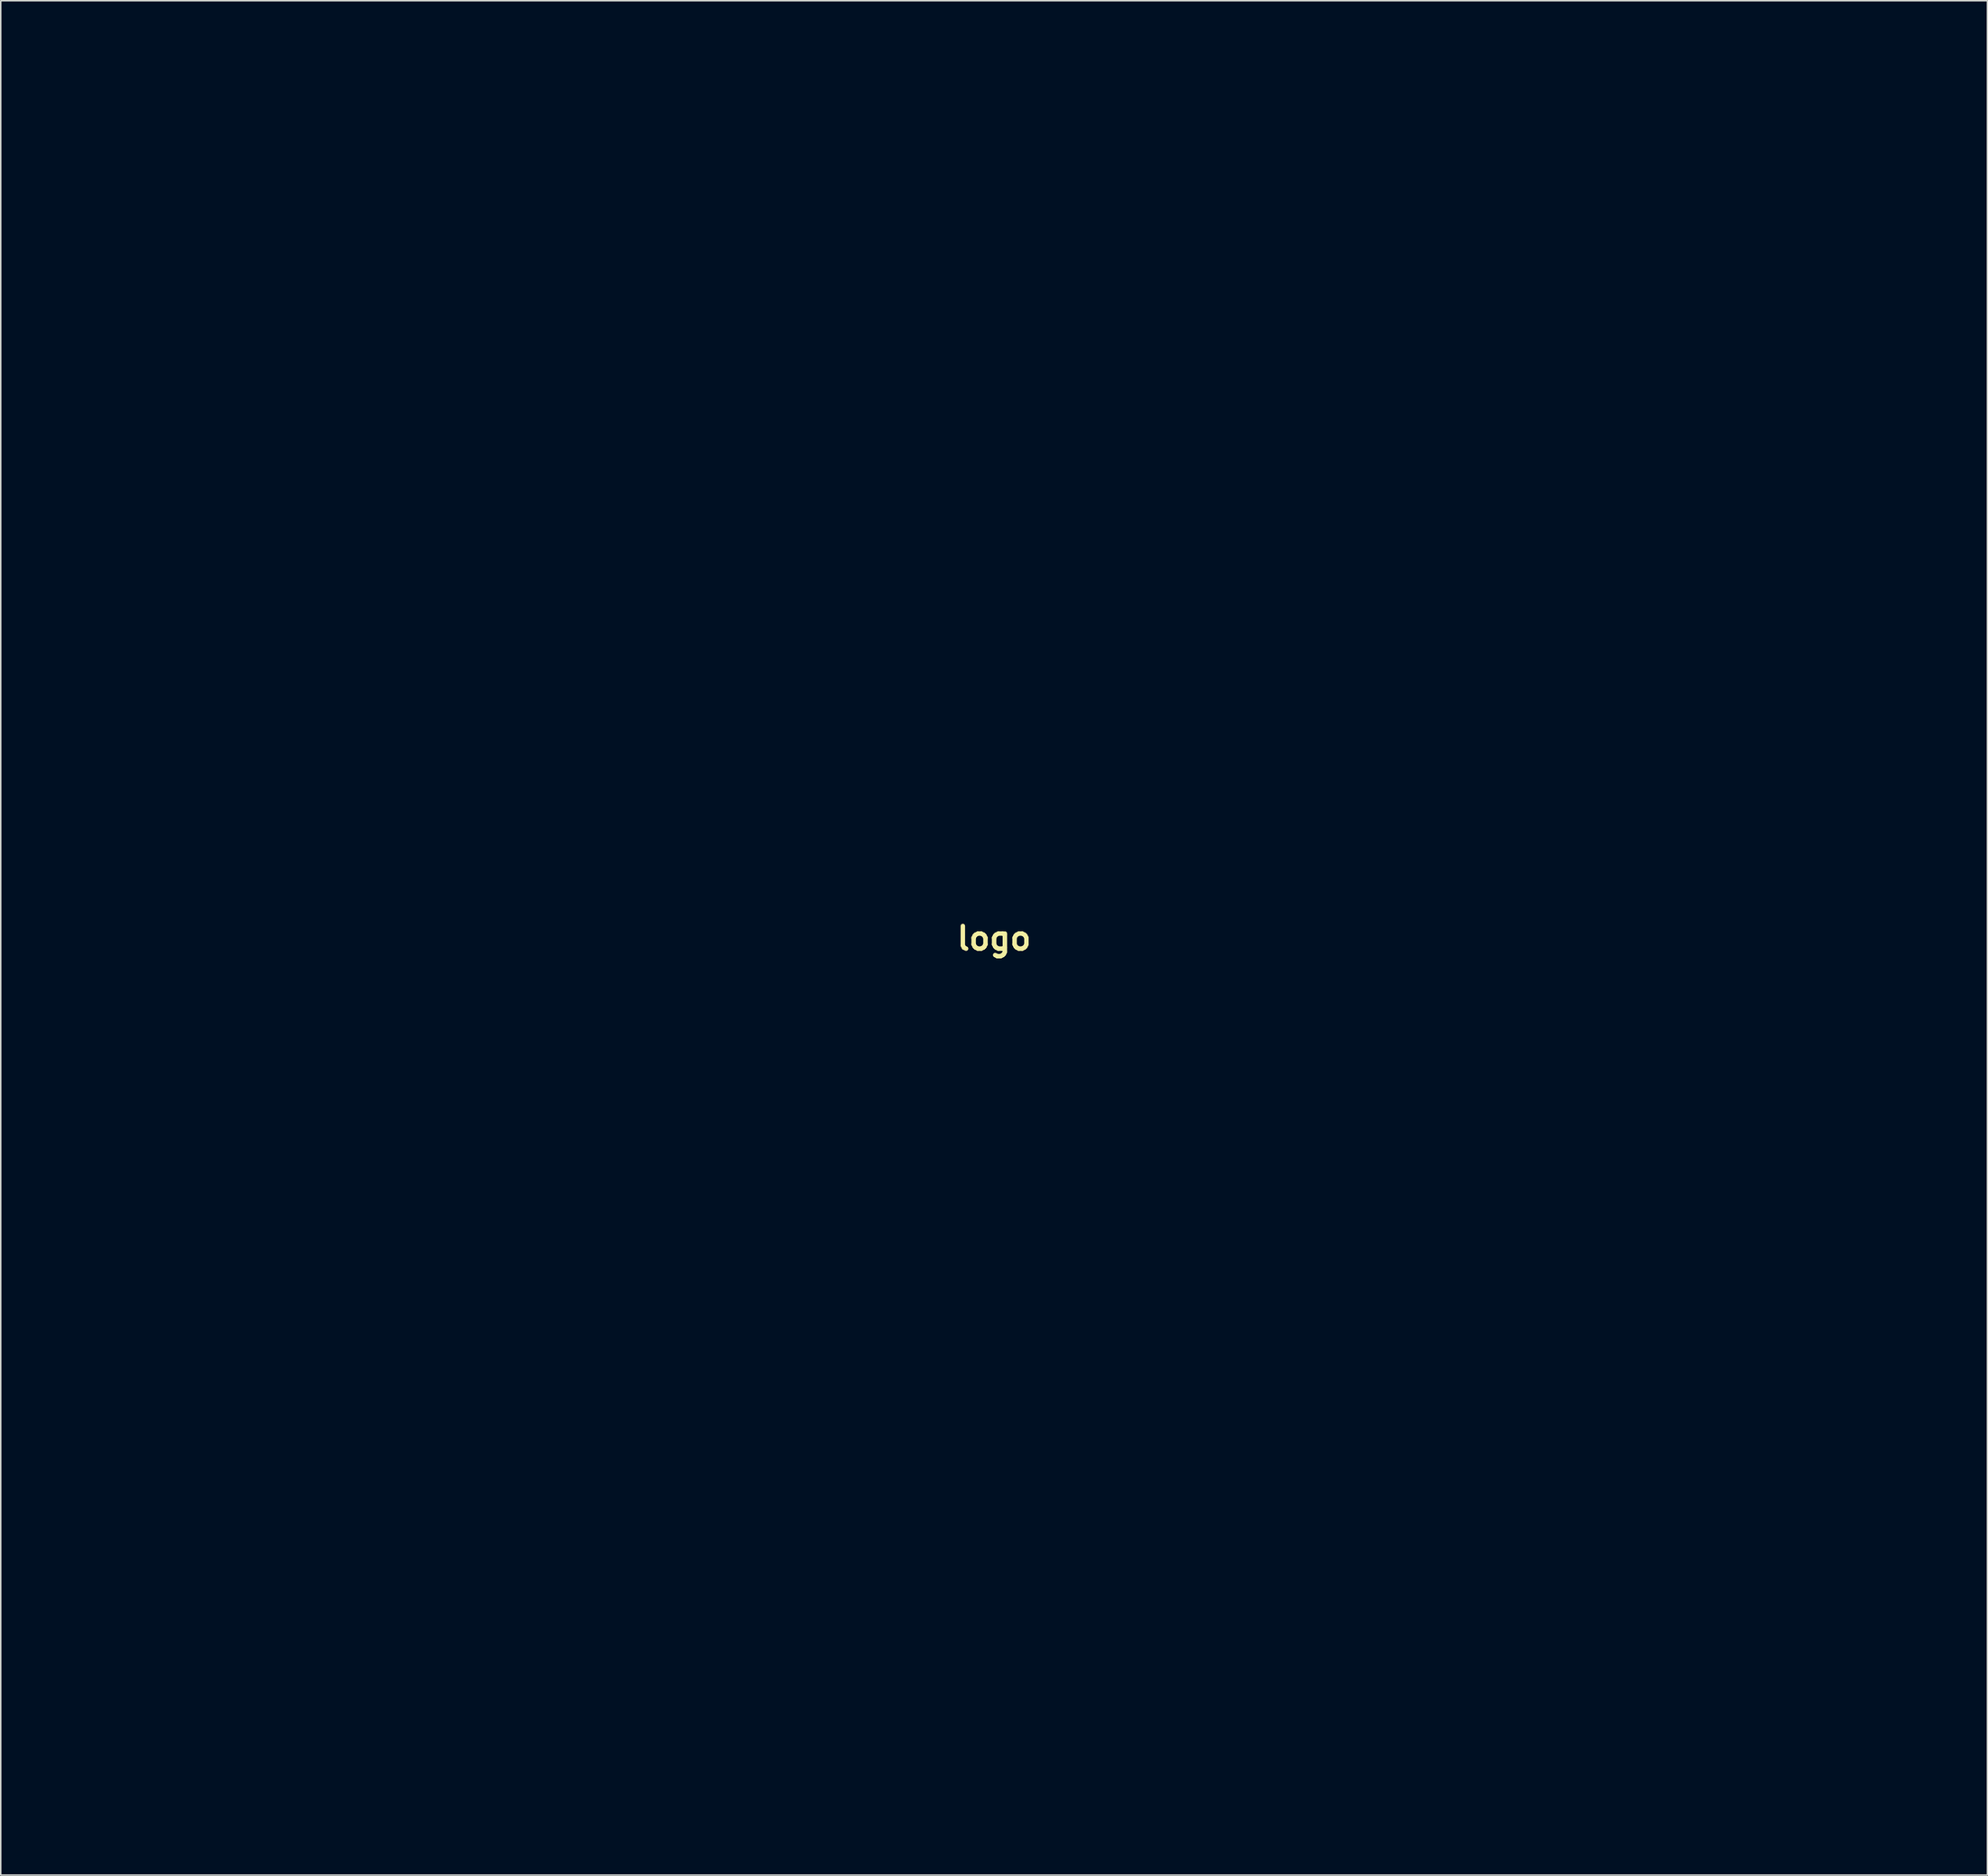
<source format=kicad_pcb>
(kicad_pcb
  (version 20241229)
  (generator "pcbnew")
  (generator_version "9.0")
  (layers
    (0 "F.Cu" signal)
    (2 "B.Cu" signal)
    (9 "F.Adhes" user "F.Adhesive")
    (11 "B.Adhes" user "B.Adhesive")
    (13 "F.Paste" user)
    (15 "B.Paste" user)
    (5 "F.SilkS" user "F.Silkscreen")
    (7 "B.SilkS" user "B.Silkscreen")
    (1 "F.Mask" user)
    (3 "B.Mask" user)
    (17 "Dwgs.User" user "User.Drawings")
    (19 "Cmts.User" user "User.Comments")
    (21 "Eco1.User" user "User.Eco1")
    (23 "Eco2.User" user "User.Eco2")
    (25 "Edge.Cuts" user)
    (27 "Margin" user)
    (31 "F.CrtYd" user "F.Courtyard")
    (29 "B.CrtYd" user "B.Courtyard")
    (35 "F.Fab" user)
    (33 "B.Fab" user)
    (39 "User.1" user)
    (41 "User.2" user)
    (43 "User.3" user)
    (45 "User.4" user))
  (footprint "logo"
    (layer "F.Cu")
    (at 63.911 60.181)
    (property "Reference" "logo" (at 0 0 0) (layer "F.SilkS") (effects (font (size 1.524 1.524) (thickness 0.3))))
    (attr through_hole)
    (fp_poly (pts (xy -51.952 -60.149) (xy -51.741 -60.057) (xy -51.418 -59.91) (xy -51.004 -59.718) (xy -50.518 -59.49) (xy -49.981 -59.236) (xy -49.413 -58.965) (xy -48.834 -58.687) (xy -48.265 -58.412) (xy -47.725 -58.15) (xy -47.235 -57.909) (xy -46.905 -57.744) (xy -44.051 -56.227) (xy -41.206 -54.544) (xy -38.373 -52.698) (xy -35.556 -50.692) (xy -32.76 -48.53) (xy -29.987 -46.214) (xy -27.241 -43.748) (xy -24.527 -41.135) (xy -21.848 -38.379) (xy -19.207 -35.481) (xy -16.609 -32.447) (xy -15.853 -31.528) (xy -14.861 -30.311) (xy -11.981 -30.31) (xy -10.158 -30.295) (xy -8.471 -30.249) (xy -6.889 -30.17) (xy -5.381 -30.056) (xy -3.916 -29.905) (xy -2.462 -29.714) (xy -2.117 -29.663) (xy -1.622 -29.589) (xy -1.161 -29.521) (xy -0.77 -29.464) (xy -0.486 -29.423) (xy -0.381 -29.408) (xy -0.183 -29.406) (xy 0.145 -29.429) (xy 0.567 -29.473) (xy 1.044 -29.535) (xy 1.355 -29.581) (xy 2.46 -29.742) (xy 3.543 -29.877) (xy 4.629 -29.988) (xy 5.746 -30.076) (xy 6.92 -30.143) (xy 8.175 -30.19) (xy 9.54 -30.22) (xy 11.039 -30.233) (xy 11.515 -30.234) (xy 14.859 -30.238) (xy 15.718 -31.314) (xy 17.098 -32.997) (xy 18.589 -34.732) (xy 20.166 -36.496) (xy 21.808 -38.264) (xy 23.49 -40.011) (xy 25.189 -41.715) (xy 26.883 -43.351) (xy 28.547 -44.895) (xy 30.159 -46.323) (xy 30.649 -46.743) (xy 33.53 -49.093) (xy 36.43 -51.277) (xy 39.349 -53.294) (xy 42.287 -55.143) (xy 44.797 -56.581) (xy 45.35 -56.883) (xy 45.842 -57.148) (xy 46.3 -57.39) (xy 46.752 -57.622) (xy 47.224 -57.859) (xy 47.745 -58.113) (xy 48.341 -58.4) (xy 49.04 -58.732) (xy 49.742 -59.063) (xy 51.943 -60.1) (xy 51.967 -59.874) (xy 51.963 -59.771) (xy 51.948 -59.506) (xy 51.923 -59.087) (xy 51.888 -58.519) (xy 51.843 -57.809) (xy 51.788 -56.965) (xy 51.725 -55.994) (xy 51.654 -54.903) (xy 51.575 -53.697) (xy 51.488 -52.385) (xy 51.395 -50.974) (xy 51.295 -49.469) (xy 51.189 -47.878) (xy 51.077 -46.209) (xy 50.961 -44.467) (xy 50.839 -42.66) (xy 50.714 -40.795) (xy 50.585 -38.878) (xy 50.452 -36.917) (xy 50.422 -36.467) (xy 50.288 -34.496) (xy 50.158 -32.568) (xy 50.031 -30.689) (xy 49.908 -28.867) (xy 49.79 -27.108) (xy 49.676 -25.42) (xy 49.568 -23.809) (xy 49.465 -22.281) (xy 49.369 -20.846) (xy 49.28 -19.508) (xy 49.197 -18.275) (xy 49.123 -17.154) (xy 49.056 -16.152) (xy 48.998 -15.275) (xy 48.949 -14.532) (xy 48.91 -13.928) (xy 48.881 -13.471) (xy 48.862 -13.167) (xy 48.854 -13.024) (xy 48.853 -13.014) (xy 48.873 -12.944) (xy 48.935 -12.807) (xy 49.041 -12.596) (xy 49.195 -12.307) (xy 49.399 -11.935) (xy 49.657 -11.475) (xy 49.97 -10.922) (xy 50.343 -10.272) (xy 50.777 -9.518) (xy 51.276 -8.657) (xy 51.842 -7.682) (xy 52.479 -6.591) (xy 53.189 -5.376) (xy 53.975 -4.033) (xy 54.84 -2.558) (xy 55.787 -0.945) (xy 56.388 0.078) (xy 57.185 1.434) (xy 57.959 2.751) (xy 58.704 4.021) (xy 59.417 5.236) (xy 60.094 6.39) (xy 60.73 7.474) (xy 61.32 8.482) (xy 61.861 9.405) (xy 62.348 10.238) (xy 62.777 10.972) (xy 63.143 11.599) (xy 63.442 12.114) (xy 63.671 12.507) (xy 63.823 12.772) (xy 63.896 12.901) (xy 63.902 12.914) (xy 63.823 12.953) (xy 63.611 13.056) (xy 63.286 13.214) (xy 62.866 13.416) (xy 62.371 13.655) (xy 61.821 13.919) (xy 61.722 13.967) (xy 56.634 16.499) (xy 51.654 19.157) (xy 46.777 21.943) (xy 41.998 24.859) (xy 37.314 27.911) (xy 32.719 31.099) (xy 28.209 34.429) (xy 23.78 37.902) (xy 19.428 41.522) (xy 15.147 45.292) (xy 10.934 49.215) (xy 8.434 51.647) (xy 7.803 52.274) (xy 7.159 52.923) (xy 6.523 53.57) (xy 5.915 54.196) (xy 5.357 54.778) (xy 4.869 55.294) (xy 4.472 55.723) (xy 4.33 55.88) (xy 3.832 56.433) (xy 3.316 56.995) (xy 2.797 57.55) (xy 2.289 58.086) (xy 1.804 58.587) (xy 1.356 59.04) (xy 0.961 59.432) (xy 0.63 59.747) (xy 0.378 59.973) (xy 0.219 60.094) (xy 0.177 60.112) (xy 0.069 60.058) (xy -0.14 59.911) (xy -0.425 59.69) (xy -0.762 59.413) (xy -0.974 59.232) (xy -1.585 58.684) (xy -2.279 58.026) (xy -3.034 57.281) (xy -3.828 56.471) (xy -4.639 55.618) (xy -5.445 54.746) (xy -6.023 54.102) (xy -6.622 53.445) (xy -7.34 52.692) (xy -8.164 51.852) (xy -9.084 50.939) (xy -10.086 49.962) (xy -11.161 48.934) (xy -12.295 47.865) (xy -13.478 46.767) (xy -14.697 45.652) (xy -14.936 45.435) (xy -18.891 41.939) (xy -22.864 38.597) (xy -26.868 35.401) (xy -30.918 32.34) (xy -35.029 29.405) (xy -39.214 26.586) (xy -43.49 23.873) (xy -47.868 21.257) (xy -52.366 18.727) (xy -56.995 16.274) (xy -60.791 14.368) (xy -61.461 14.039) (xy -62.082 13.733) (xy -62.638 13.459) (xy -63.113 13.224) (xy -63.492 13.037) (xy -63.756 12.905) (xy -63.892 12.836) (xy -63.906 12.828) (xy -63.867 12.754) (xy -63.746 12.541) (xy -63.547 12.197) (xy -63.276 11.729) (xy -62.936 11.145) (xy -62.902 11.087) (xy -58.232 11.087) (xy -55.892 12.286) (xy -51.105 14.811) (xy -46.462 17.407) (xy -41.949 20.084) (xy -37.551 22.852) (xy -33.255 25.72) (xy -29.047 28.698) (xy -24.913 31.794) (xy -20.838 35.019) (xy -16.81 38.382) (xy -14.28 40.584) (xy -13.844 40.969) (xy -13.45 41.314) (xy -13.117 41.604) (xy -12.861 41.824) (xy -12.7 41.958) (xy -12.651 41.995) (xy -12.568 41.956) (xy -12.367 41.852) (xy -12.079 41.698) (xy -11.748 41.517) (xy -11.406 41.328) (xy -11.121 41.17) (xy -10.926 41.06) (xy -10.85 41.015) (xy -10.883 40.936) (xy -10.997 40.725) (xy -11.186 40.395) (xy -11.442 39.956) (xy -11.758 39.422) (xy -12.127 38.805) (xy -12.54 38.116) (xy -12.991 37.367) (xy -13.473 36.571) (xy -13.978 35.74) (xy -14.499 34.886) (xy -15.028 34.021) (xy -15.559 33.156) (xy -16.083 32.305) (xy -16.594 31.478) (xy -17.084 30.689) (xy -17.546 29.949) (xy -17.972 29.271) (xy -18.05 29.148) (xy -18.468 28.48) (xy -18.808 27.92) (xy -19.068 27.475) (xy -19.243 27.153) (xy -19.328 26.959) (xy -19.334 26.904) (xy -19.271 26.83) (xy -19.103 26.643) (xy -18.843 26.355) (xy -18.501 25.977) (xy -18.087 25.521) (xy -17.612 25) (xy -17.088 24.424) (xy -16.525 23.806) (xy -15.934 23.158) (xy -15.325 22.491) (xy -14.709 21.817) (xy -14.097 21.147) (xy -13.501 20.495) (xy -12.929 19.871) (xy -12.394 19.287) (xy -11.906 18.755) (xy -11.476 18.287) (xy -11.115 17.894) (xy -10.833 17.589) (xy -10.641 17.383) (xy -10.61 17.35) (xy -10.323 17.047) (xy -10.539 15.614) (xy -10.796 14.027) (xy -11.081 12.489) (xy -11.39 11.022) (xy -11.717 9.652) (xy -12.056 8.4) (xy -12.402 7.29) (xy -12.463 7.112) (xy -12.832 6.054) (xy -14.269 6.081) (xy -14.822 6.084) (xy -15.388 6.076) (xy -15.914 6.057) (xy -16.349 6.03) (xy -16.51 6.014) (xy -18.152 5.739) (xy -19.762 5.301) (xy -21.329 4.708) (xy -22.839 3.966) (xy -24.281 3.08) (xy -25.641 2.058) (xy -26.908 0.905) (xy -27.18 0.627) (xy -28.063 -0.367) (xy -28.822 -1.371) (xy -29.45 -2.374) (xy -29.938 -3.361) (xy -30.28 -4.318) (xy -30.428 -4.968) (xy -30.473 -5.237) (xy -29.693 -5.42) (xy -28.994 -5.578) (xy -28.393 -5.696) (xy -27.837 -5.78) (xy -27.273 -5.838) (xy -26.647 -5.876) (xy -25.908 -5.902) (xy -24.909 -5.911) (xy -24.027 -5.878) (xy -23.211 -5.8) (xy -22.412 -5.671) (xy -21.582 -5.485) (xy -21.478 -5.459) (xy -19.944 -4.983) (xy -18.449 -4.351) (xy -17.009 -3.573) (xy -15.639 -2.663) (xy -14.356 -1.631) (xy -13.175 -0.488) (xy -12.113 0.753) (xy -11.369 1.794) (xy -11.022 2.349) (xy -10.731 2.877) (xy -10.487 3.408) (xy -10.278 3.975) (xy -10.092 4.608) (xy -9.919 5.339) (xy -9.746 6.2) (xy -9.702 6.436) (xy -9.559 7.286) (xy -9.415 8.266) (xy -9.275 9.336) (xy -9.144 10.458) (xy -9.026 11.592) (xy -8.926 12.699) (xy -8.848 13.74) (xy -8.836 13.928) (xy -8.808 14.327) (xy -8.777 14.68) (xy -8.747 14.941) (xy -8.727 15.052) (xy -8.706 15.077) (xy -8.658 15.067) (xy -8.575 15.013) (xy -8.451 14.907) (xy -8.277 14.743) (xy -8.046 14.511) (xy -7.75 14.204) (xy -7.382 13.815) (xy -6.934 13.335) (xy -6.398 12.756) (xy -5.767 12.072) (xy -5.034 11.273) (xy -4.673 10.88) (xy -0.67 6.514) (xy -0.61 5.757) (xy -0.55 5) (xy 8.424 14.797) (xy 8.526 13.6) (xy 8.681 11.891) (xy 8.841 10.348) (xy 9.007 8.966) (xy 9.18 7.741) (xy 9.36 6.67) (xy 9.548 5.749) (xy 9.744 4.974) (xy 9.75 4.953) (xy 9.936 4.416) (xy 10.206 3.795) (xy 10.536 3.134) (xy 10.902 2.481) (xy 11.281 1.881) (xy 11.409 1.698) (xy 11.793 1.199) (xy 12.276 0.633) (xy 12.823 0.035) (xy 13.398 -0.558) (xy 13.967 -1.109) (xy 14.495 -1.581) (xy 14.724 -1.77) (xy 16.028 -2.714) (xy 17.411 -3.538) (xy 18.848 -4.231) (xy 20.314 -4.78) (xy 21.737 -5.162) (xy 23.264 -5.409) (xy 24.852 -5.502) (xy 26.488 -5.444) (xy 28.159 -5.235) (xy 29.407 -4.984) (xy 30.153 -4.809) (xy 30.099 -4.458) (xy 29.933 -3.755) (xy 29.647 -2.979) (xy 29.254 -2.16) (xy 28.77 -1.328) (xy 28.209 -0.512) (xy 28.186 -0.481) (xy 27.126 0.794) (xy 25.941 1.97) (xy 24.647 3.034) (xy 23.262 3.976) (xy 21.801 4.785) (xy 20.281 5.45) (xy 18.717 5.96) (xy 18.385 6.047) (xy 17.812 6.185) (xy 17.315 6.29) (xy 16.856 6.367) (xy 16.396 6.42) (xy 15.895 6.453) (xy 15.313 6.471) (xy 14.613 6.477) (xy 14.393 6.477) (xy 13.748 6.481) (xy 13.215 6.492) (xy 12.807 6.509) (xy 12.54 6.532) (xy 12.426 6.56) (xy 12.425 6.562) (xy 12.364 6.692) (xy 12.265 6.955) (xy 12.14 7.323) (xy 11.995 7.765) (xy 11.842 8.253) (xy 11.689 8.757) (xy 11.546 9.248) (xy 11.421 9.696) (xy 11.352 9.961) (xy 11.163 10.753) (xy 10.964 11.663) (xy 10.764 12.642) (xy 10.573 13.64) (xy 10.401 14.608) (xy 10.293 15.268) (xy 10.083 16.608) (xy 14.283 21.195) (xy 14.975 21.95) (xy 15.64 22.675) (xy 16.268 23.361) (xy 16.849 23.995) (xy 17.375 24.567) (xy 17.834 25.067) (xy 18.217 25.484) (xy 18.514 25.806) (xy 18.715 26.024) (xy 18.804 26.12) (xy 19.126 26.458) (xy 18.24 27.841) (xy 17.866 28.429) (xy 17.446 29.094) (xy 16.989 29.825) (xy 16.502 30.609) (xy 15.991 31.434) (xy 15.465 32.288) (xy 14.93 33.159) (xy 14.394 34.035) (xy 13.864 34.904) (xy 13.348 35.754) (xy 12.853 36.572) (xy 12.386 37.348) (xy 11.954 38.067) (xy 11.566 38.72) (xy 11.227 39.293) (xy 10.946 39.774) (xy 10.73 40.152) (xy 10.586 40.414) (xy 10.521 40.549) (xy 10.518 40.563) (xy 10.598 40.62) (xy 10.803 40.737) (xy 11.106 40.901) (xy 11.483 41.097) (xy 11.721 41.219) (xy 12.168 41.444) (xy 12.49 41.6) (xy 12.713 41.696) (xy 12.862 41.74) (xy 12.962 41.741) (xy 13.04 41.707) (xy 13.087 41.673) (xy 13.204 41.576) (xy 13.426 41.385) (xy 13.732 41.119) (xy 14.101 40.796) (xy 14.511 40.435) (xy 14.679 40.288) (xy 18.802 36.751) (xy 23.041 33.316) (xy 27.384 29.993) (xy 31.82 26.787) (xy 36.337 23.708) (xy 40.924 20.764) (xy 45.568 17.961) (xy 50.258 15.308) (xy 54.982 12.813) (xy 56.494 12.052) (xy 56.98 11.807) (xy 57.41 11.585) (xy 57.763 11.397) (xy 58.018 11.254) (xy 58.151 11.169) (xy 58.166 11.152) (xy 58.124 11.074) (xy 58.003 10.861) (xy 57.81 10.525) (xy 57.55 10.077) (xy 57.232 9.529) (xy 56.861 8.892) (xy 56.444 8.176) (xy 55.988 7.395) (xy 55.5 6.559) (xy 54.985 5.679) (xy 54.452 4.767) (xy 53.906 3.834) (xy 53.354 2.892) (xy 52.803 1.952) (xy 52.26 1.025) (xy 51.73 0.123) (xy 51.222 -0.743) (xy 50.741 -1.561) (xy 50.294 -2.321) (xy 49.888 -3.01) (xy 49.53 -3.618) (xy 49.225 -4.133) (xy 48.982 -4.543) (xy 48.806 -4.837) (xy 48.704 -5.004) (xy 48.682 -5.038) (xy 48.627 -5.126) (xy 48.496 -5.346) (xy 48.296 -5.681) (xy 48.037 -6.118) (xy 47.728 -6.641) (xy 47.377 -7.236) (xy 46.994 -7.887) (xy 46.653 -8.467) (xy 44.688 -11.811) (xy 44.907 -15.028) (xy 45.124 -18.226) (xy 45.33 -21.259) (xy 45.525 -24.129) (xy 45.709 -26.841) (xy 45.882 -29.398) (xy 46.045 -31.802) (xy 46.197 -34.059) (xy 46.34 -36.17) (xy 46.473 -38.141) (xy 46.596 -39.973) (xy 46.71 -41.67) (xy 46.815 -43.236) (xy 46.911 -44.674) (xy 46.998 -45.989) (xy 47.077 -47.182) (xy 47.148 -48.257) (xy 47.211 -49.219) (xy 47.266 -50.07) (xy 47.313 -50.814) (xy 47.354 -51.454) (xy 47.387 -51.994) (xy 47.414 -52.437) (xy 47.434 -52.787) (xy 47.447 -53.046) (xy 47.455 -53.219) (xy 47.457 -53.309) (xy 47.455 -53.324) (xy 47.375 -53.291) (xy 47.187 -53.151) (xy 46.905 -52.916) (xy 46.542 -52.597) (xy 46.111 -52.207) (xy 45.623 -51.758) (xy 45.093 -51.263) (xy 44.533 -50.733) (xy 43.956 -50.18) (xy 43.375 -49.617) (xy 42.802 -49.056) (xy 42.25 -48.509) (xy 41.733 -47.987) (xy 41.263 -47.504) (xy 40.941 -47.167) (xy 39.982 -46.134) (xy 39.043 -45.097) (xy 38.115 -44.043) (xy 37.187 -42.96) (xy 36.251 -41.838) (xy 35.298 -40.663) (xy 34.318 -39.425) (xy 33.301 -38.111) (xy 32.239 -36.711) (xy 31.123 -35.211) (xy 29.942 -33.601) (xy 28.688 -31.869) (xy 27.62 -30.379) (xy 25.159 -26.933) (xy 24.557 -27.368) (xy 24.292 -27.572) (xy 24.095 -27.748) (xy 23.995 -27.868) (xy 23.99 -27.895) (xy 24.045 -27.981) (xy 24.187 -28.189) (xy 24.406 -28.504) (xy 24.691 -28.91) (xy 25.03 -29.392) (xy 25.413 -29.935) (xy 25.829 -30.523) (xy 26.267 -31.141) (xy 26.715 -31.773) (xy 27.164 -32.404) (xy 27.601 -33.018) (xy 28.017 -33.6) (xy 28.4 -34.135) (xy 28.739 -34.606) (xy 29.023 -34.999) (xy 29.123 -35.137) (xy 30.883 -37.51) (xy 32.624 -39.779) (xy 34.339 -41.933) (xy 36.02 -43.962) (xy 37.658 -45.858) (xy 39.247 -47.611) (xy 40.097 -48.51) (xy 41.19 -49.649) (xy 40.217 -48.986) (xy 37.852 -47.301) (xy 35.468 -45.459) (xy 33.071 -43.465) (xy 30.67 -41.33) (xy 28.275 -39.061) (xy 25.893 -36.666) (xy 23.534 -34.153) (xy 21.205 -31.531) (xy 18.916 -28.808) (xy 18.094 -27.794) (xy 17.652 -27.246) (xy 17.302 -26.819) (xy 17.031 -26.5) (xy 16.827 -26.275) (xy 16.678 -26.132) (xy 16.571 -26.056) (xy 16.494 -26.035) (xy 16.475 -26.038) (xy 16.292 -26.061) (xy 15.96 -26.084) (xy 15.503 -26.105) (xy 14.941 -26.124) (xy 14.297 -26.14) (xy 13.592 -26.154) (xy 12.848 -26.165) (xy 12.087 -26.173) (xy 11.33 -26.178) (xy 10.598 -26.178) (xy 9.915 -26.174) (xy 9.301 -26.165) (xy 8.888 -26.155) (xy 7.374 -26.094) (xy 5.908 -26.004) (xy 4.512 -25.887) (xy 3.208 -25.745) (xy 2.02 -25.581) (xy 0.97 -25.397) (xy 0.635 -25.328) (xy 0.3 -25.259) (xy 0.047 -25.226) (xy -0.189 -25.228) (xy -0.471 -25.266) (xy -0.804 -25.329) (xy -2.373 -25.599) (xy -4.086 -25.83) (xy -5.921 -26.018) (xy -7.857 -26.161) (xy -7.999 -26.17) (xy -8.423 -26.188) (xy -8.969 -26.203) (xy -9.614 -26.213) (xy -10.334 -26.22) (xy -11.107 -26.223) (xy -11.907 -26.222) (xy -12.711 -26.218) (xy -13.496 -26.21) (xy -14.238 -26.2) (xy -14.914 -26.186) (xy -15.499 -26.169) (xy -15.971 -26.15) (xy -16.304 -26.128) (xy -16.383 -26.12) (xy -16.722 -26.08) (xy -18.01 -27.708) (xy -20.139 -30.323) (xy -22.33 -32.868) (xy -24.574 -35.332) (xy -26.857 -37.706) (xy -29.17 -39.977) (xy -31.5 -42.134) (xy -33.836 -44.168) (xy -36.167 -46.066) (xy -38.481 -47.818) (xy -40.132 -48.984) (xy -41.106 -49.65) (xy -40.132 -48.608) (xy -38.465 -46.793) (xy -36.855 -44.973) (xy -35.28 -43.121) (xy -33.719 -41.209) (xy -32.147 -39.211) (xy -30.544 -37.1) (xy -29.623 -35.856) (xy -29.13 -35.183) (xy -28.616 -34.474) (xy -28.088 -33.742) (xy -27.557 -33) (xy -27.031 -32.261) (xy -26.52 -31.538) (xy -26.031 -30.843) (xy -25.575 -30.191) (xy -25.16 -29.593) (xy -24.796 -29.062) (xy -24.49 -28.612) (xy -24.254 -28.255) (xy -24.094 -28.004) (xy -24.021 -27.872) (xy -24.018 -27.855) (xy -24.217 -27.691) (xy -24.467 -27.508) (xy -24.732 -27.33) (xy -24.972 -27.182) (xy -25.152 -27.087) (xy -25.232 -27.069) (xy -25.291 -27.15) (xy -25.439 -27.354) (xy -25.665 -27.669) (xy -25.958 -28.079) (xy -26.31 -28.571) (xy -26.709 -29.13) (xy -27.145 -29.742) (xy -27.52 -30.268) (xy -28.832 -32.102) (xy -30.062 -33.804) (xy -31.221 -35.385) (xy -32.316 -36.857) (xy -33.357 -38.232) (xy -34.353 -39.521) (xy -35.313 -40.734) (xy -36.246 -41.885) (xy -37.161 -42.984) (xy -38.066 -44.042) (xy -38.971 -45.072) (xy -39.885 -46.084) (xy -40.173 -46.397) (xy -40.84 -47.107) (xy -41.586 -47.877) (xy -42.388 -48.687) (xy -43.225 -49.513) (xy -44.072 -50.335) (xy -44.906 -51.128) (xy -45.706 -51.872) (xy -46.447 -52.545) (xy -47.108 -53.123) (xy -47.356 -53.333) (xy -47.427 -53.384) (xy -47.469 -53.375) (xy -47.487 -53.279) (xy -47.483 -53.07) (xy -47.463 -52.722) (xy -47.459 -52.661) (xy -47.431 -52.236) (xy -47.393 -51.669) (xy -47.346 -50.969) (xy -47.291 -50.145) (xy -47.229 -49.206) (xy -47.159 -48.161) (xy -47.082 -47.02) (xy -46.999 -45.791) (xy -46.912 -44.482) (xy -46.819 -43.105) (xy -46.722 -41.666) (xy -46.622 -40.176) (xy -46.519 -38.643) (xy -46.413 -37.077) (xy -46.306 -35.487) (xy -46.198 -33.881) (xy -46.089 -32.268) (xy -45.981 -30.658) (xy -45.873 -29.061) (xy -45.766 -27.483) (xy -45.662 -25.936) (xy -45.56 -24.427) (xy -45.461 -22.967) (xy -45.366 -21.563) (xy -45.276 -20.226) (xy -45.19 -18.963) (xy -45.11 -17.785) (xy -45.037 -16.699) (xy -44.97 -15.716) (xy -44.911 -14.845) (xy -44.86 -14.093) (xy -44.817 -13.471) (xy -44.784 -12.987) (xy -44.76 -12.651) (xy -44.748 -12.471) (xy -44.746 -12.446) (xy -44.697 -11.896) (xy -46.845 -8.255) (xy -47.197 -7.658) (xy -47.625 -6.932) (xy -48.12 -6.092) (xy -48.672 -5.155) (xy -49.272 -4.137) (xy -49.91 -3.054) (xy -50.576 -1.923) (xy -51.261 -0.759) (xy -51.956 0.421) (xy -52.65 1.601) (xy -53.335 2.764) (xy -53.613 3.236) (xy -58.232 11.087) (xy -62.902 11.087) (xy -62.532 10.452) (xy -62.068 9.657) (xy -61.548 8.768) (xy -60.977 7.792) (xy -60.359 6.736) (xy -59.699 5.609) (xy -59 4.416) (xy -58.266 3.167) (xy -57.504 1.867) (xy -56.715 0.525) (xy -56.387 -0.034) (xy -48.843 -12.873) (xy -50.444 -36.515) (xy -50.578 -38.502) (xy -50.71 -40.445) (xy -50.838 -42.337) (xy -50.962 -44.171) (xy -51.081 -45.941) (xy -51.196 -47.64) (xy -51.305 -49.26) (xy -51.408 -50.796) (xy -51.505 -52.24) (xy -51.595 -53.586) (xy -51.678 -54.827) (xy -51.754 -55.956) (xy -51.821 -56.967) (xy -51.88 -57.852) (xy -51.93 -58.605) (xy -51.97 -59.219) (xy -52 -59.687) (xy -52.02 -60.003) (xy -52.03 -60.159) (xy -52.03 -60.176) (xy -51.952 -60.149)) (stroke (width 0.01) (type solid)) (fill no) (layer "Eco2.User")))
  (gr_rect
    (start -3 -3)
    (end 130.818 123.298)
    (stroke (width 0.1) (type default))
    (fill no)
    (layer "Edge.Cuts")))
</source>
